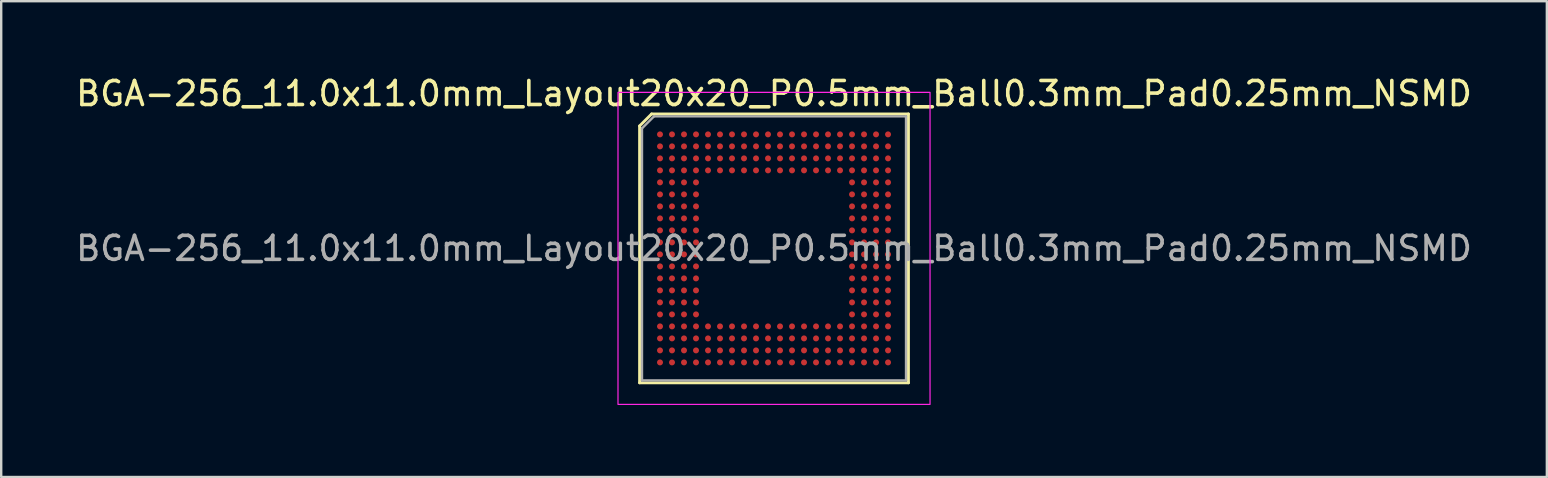
<source format=kicad_pcb>
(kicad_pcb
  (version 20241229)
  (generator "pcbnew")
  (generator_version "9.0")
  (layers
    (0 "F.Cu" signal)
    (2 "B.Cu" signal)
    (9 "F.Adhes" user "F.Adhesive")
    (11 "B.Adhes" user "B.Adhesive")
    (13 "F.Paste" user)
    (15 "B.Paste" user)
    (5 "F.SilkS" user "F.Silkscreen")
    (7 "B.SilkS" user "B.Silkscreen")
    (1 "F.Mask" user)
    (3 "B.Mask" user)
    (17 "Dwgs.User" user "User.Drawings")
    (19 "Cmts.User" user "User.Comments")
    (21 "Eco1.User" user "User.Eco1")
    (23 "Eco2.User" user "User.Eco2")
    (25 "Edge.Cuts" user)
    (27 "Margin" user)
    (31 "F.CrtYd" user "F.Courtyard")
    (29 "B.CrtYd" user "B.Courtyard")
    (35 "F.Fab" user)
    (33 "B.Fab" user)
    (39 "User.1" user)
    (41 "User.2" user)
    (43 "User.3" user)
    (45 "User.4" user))
  (footprint "BGA-256_11.0x11.0mm_Layout20x20_P0.5mm_Ball0.3mm_Pad0.25mm_NSMD"
    (layer "F.Cu")
    (at 29.196 7.298)
    (property "Reference" "BGA-256_11.0x11.0mm_Layout20x20_P0.5mm_Ball0.3mm_Pad0.25mm_NSMD" (at 0 -6.45 0) (layer "F.SilkS") (effects (font (size 1 1) (thickness 0.15))))
    (attr smd)
    (fp_line (start -5.6 -5.1) (end -5.6 5.6) (stroke (width 0.12) (type solid)) (layer "F.SilkS"))
    (fp_line (start -5.6 5.6) (end 5.6 5.6) (stroke (width 0.12) (type solid)) (layer "F.SilkS"))
    (fp_line (start -5.1 -5.6) (end -5.6 -5.1) (stroke (width 0.12) (type solid)) (layer "F.SilkS"))
    (fp_line (start 5.6 -5.6) (end -5.1 -5.6) (stroke (width 0.12) (type solid)) (layer "F.SilkS"))
    (fp_line (start 5.6 5.6) (end 5.6 -5.6) (stroke (width 0.12) (type solid)) (layer "F.SilkS"))
    (fp_rect (start 6.5 6.5) (end -6.5 -6.5) (stroke (width 0.05) (type solid)) (fill no) (layer "F.CrtYd"))
    (fp_line (start -5.5 -5) (end -5.5 5.5) (stroke (width 0.1) (type solid)) (layer "F.Fab"))
    (fp_line (start -5.5 5.5) (end 5.5 5.5) (stroke (width 0.1) (type solid)) (layer "F.Fab"))
    (fp_line (start -5 -5.5) (end -5.5 -5) (stroke (width 0.1) (type solid)) (layer "F.Fab"))
    (fp_line (start 5.5 -5.5) (end -5 -5.5) (stroke (width 0.1) (type solid)) (layer "F.Fab"))
    (fp_line (start 5.5 5.5) (end 5.5 -5.5) (stroke (width 0.1) (type solid)) (layer "F.Fab"))
    (fp_text user "${REFERENCE}" (at 0 0 0) (layer "F.Fab") (effects (font (size 1 1) (thickness 0.15))))
    (pad "A1" smd circle (at -4.75 -4.75) (size 0.25 0.25) (layers "F.Cu" "F.Mask" "F.Paste"))
    (pad "A2" smd circle (at -4.25 -4.75) (size 0.25 0.25) (layers "F.Cu" "F.Mask" "F.Paste"))
    (pad "A3" smd circle (at -3.75 -4.75) (size 0.25 0.25) (layers "F.Cu" "F.Mask" "F.Paste"))
    (pad "A4" smd circle (at -3.25 -4.75) (size 0.25 0.25) (layers "F.Cu" "F.Mask" "F.Paste"))
    (pad "A5" smd circle (at -2.75 -4.75) (size 0.25 0.25) (layers "F.Cu" "F.Mask" "F.Paste"))
    (pad "A6" smd circle (at -2.25 -4.75) (size 0.25 0.25) (layers "F.Cu" "F.Mask" "F.Paste"))
    (pad "A7" smd circle (at -1.75 -4.75) (size 0.25 0.25) (layers "F.Cu" "F.Mask" "F.Paste"))
    (pad "A8" smd circle (at -1.25 -4.75) (size 0.25 0.25) (layers "F.Cu" "F.Mask" "F.Paste"))
    (pad "A9" smd circle (at -0.75 -4.75) (size 0.25 0.25) (layers "F.Cu" "F.Mask" "F.Paste"))
    (pad "A10" smd circle (at -0.25 -4.75) (size 0.25 0.25) (layers "F.Cu" "F.Mask" "F.Paste"))
    (pad "A11" smd circle (at 0.25 -4.75) (size 0.25 0.25) (layers "F.Cu" "F.Mask" "F.Paste"))
    (pad "A12" smd circle (at 0.75 -4.75) (size 0.25 0.25) (layers "F.Cu" "F.Mask" "F.Paste"))
    (pad "A13" smd circle (at 1.25 -4.75) (size 0.25 0.25) (layers "F.Cu" "F.Mask" "F.Paste"))
    (pad "A14" smd circle (at 1.75 -4.75) (size 0.25 0.25) (layers "F.Cu" "F.Mask" "F.Paste"))
    (pad "A15" smd circle (at 2.25 -4.75) (size 0.25 0.25) (layers "F.Cu" "F.Mask" "F.Paste"))
    (pad "A16" smd circle (at 2.75 -4.75) (size 0.25 0.25) (layers "F.Cu" "F.Mask" "F.Paste"))
    (pad "A17" smd circle (at 3.25 -4.75) (size 0.25 0.25) (layers "F.Cu" "F.Mask" "F.Paste"))
    (pad "A18" smd circle (at 3.75 -4.75) (size 0.25 0.25) (layers "F.Cu" "F.Mask" "F.Paste"))
    (pad "A19" smd circle (at 4.25 -4.75) (size 0.25 0.25) (layers "F.Cu" "F.Mask" "F.Paste"))
    (pad "A20" smd circle (at 4.75 -4.75) (size 0.25 0.25) (layers "F.Cu" "F.Mask" "F.Paste"))
    (pad "B1" smd circle (at -4.75 -4.25) (size 0.25 0.25) (layers "F.Cu" "F.Mask" "F.Paste"))
    (pad "B2" smd circle (at -4.25 -4.25) (size 0.25 0.25) (layers "F.Cu" "F.Mask" "F.Paste"))
    (pad "B3" smd circle (at -3.75 -4.25) (size 0.25 0.25) (layers "F.Cu" "F.Mask" "F.Paste"))
    (pad "B4" smd circle (at -3.25 -4.25) (size 0.25 0.25) (layers "F.Cu" "F.Mask" "F.Paste"))
    (pad "B5" smd circle (at -2.75 -4.25) (size 0.25 0.25) (layers "F.Cu" "F.Mask" "F.Paste"))
    (pad "B6" smd circle (at -2.25 -4.25) (size 0.25 0.25) (layers "F.Cu" "F.Mask" "F.Paste"))
    (pad "B7" smd circle (at -1.75 -4.25) (size 0.25 0.25) (layers "F.Cu" "F.Mask" "F.Paste"))
    (pad "B8" smd circle (at -1.25 -4.25) (size 0.25 0.25) (layers "F.Cu" "F.Mask" "F.Paste"))
    (pad "B9" smd circle (at -0.75 -4.25) (size 0.25 0.25) (layers "F.Cu" "F.Mask" "F.Paste"))
    (pad "B10" smd circle (at -0.25 -4.25) (size 0.25 0.25) (layers "F.Cu" "F.Mask" "F.Paste"))
    (pad "B11" smd circle (at 0.25 -4.25) (size 0.25 0.25) (layers "F.Cu" "F.Mask" "F.Paste"))
    (pad "B12" smd circle (at 0.75 -4.25) (size 0.25 0.25) (layers "F.Cu" "F.Mask" "F.Paste"))
    (pad "B13" smd circle (at 1.25 -4.25) (size 0.25 0.25) (layers "F.Cu" "F.Mask" "F.Paste"))
    (pad "B14" smd circle (at 1.75 -4.25) (size 0.25 0.25) (layers "F.Cu" "F.Mask" "F.Paste"))
    (pad "B15" smd circle (at 2.25 -4.25) (size 0.25 0.25) (layers "F.Cu" "F.Mask" "F.Paste"))
    (pad "B16" smd circle (at 2.75 -4.25) (size 0.25 0.25) (layers "F.Cu" "F.Mask" "F.Paste"))
    (pad "B17" smd circle (at 3.25 -4.25) (size 0.25 0.25) (layers "F.Cu" "F.Mask" "F.Paste"))
    (pad "B18" smd circle (at 3.75 -4.25) (size 0.25 0.25) (layers "F.Cu" "F.Mask" "F.Paste"))
    (pad "B19" smd circle (at 4.25 -4.25) (size 0.25 0.25) (layers "F.Cu" "F.Mask" "F.Paste"))
    (pad "B20" smd circle (at 4.75 -4.25) (size 0.25 0.25) (layers "F.Cu" "F.Mask" "F.Paste"))
    (pad "C1" smd circle (at -4.75 -3.75) (size 0.25 0.25) (layers "F.Cu" "F.Mask" "F.Paste"))
    (pad "C2" smd circle (at -4.25 -3.75) (size 0.25 0.25) (layers "F.Cu" "F.Mask" "F.Paste"))
    (pad "C3" smd circle (at -3.75 -3.75) (size 0.25 0.25) (layers "F.Cu" "F.Mask" "F.Paste"))
    (pad "C4" smd circle (at -3.25 -3.75) (size 0.25 0.25) (layers "F.Cu" "F.Mask" "F.Paste"))
    (pad "C5" smd circle (at -2.75 -3.75) (size 0.25 0.25) (layers "F.Cu" "F.Mask" "F.Paste"))
    (pad "C6" smd circle (at -2.25 -3.75) (size 0.25 0.25) (layers "F.Cu" "F.Mask" "F.Paste"))
    (pad "C7" smd circle (at -1.75 -3.75) (size 0.25 0.25) (layers "F.Cu" "F.Mask" "F.Paste"))
    (pad "C8" smd circle (at -1.25 -3.75) (size 0.25 0.25) (layers "F.Cu" "F.Mask" "F.Paste"))
    (pad "C9" smd circle (at -0.75 -3.75) (size 0.25 0.25) (layers "F.Cu" "F.Mask" "F.Paste"))
    (pad "C10" smd circle (at -0.25 -3.75) (size 0.25 0.25) (layers "F.Cu" "F.Mask" "F.Paste"))
    (pad "C11" smd circle (at 0.25 -3.75) (size 0.25 0.25) (layers "F.Cu" "F.Mask" "F.Paste"))
    (pad "C12" smd circle (at 0.75 -3.75) (size 0.25 0.25) (layers "F.Cu" "F.Mask" "F.Paste"))
    (pad "C13" smd circle (at 1.25 -3.75) (size 0.25 0.25) (layers "F.Cu" "F.Mask" "F.Paste"))
    (pad "C14" smd circle (at 1.75 -3.75) (size 0.25 0.25) (layers "F.Cu" "F.Mask" "F.Paste"))
    (pad "C15" smd circle (at 2.25 -3.75) (size 0.25 0.25) (layers "F.Cu" "F.Mask" "F.Paste"))
    (pad "C16" smd circle (at 2.75 -3.75) (size 0.25 0.25) (layers "F.Cu" "F.Mask" "F.Paste"))
    (pad "C17" smd circle (at 3.25 -3.75) (size 0.25 0.25) (layers "F.Cu" "F.Mask" "F.Paste"))
    (pad "C18" smd circle (at 3.75 -3.75) (size 0.25 0.25) (layers "F.Cu" "F.Mask" "F.Paste"))
    (pad "C19" smd circle (at 4.25 -3.75) (size 0.25 0.25) (layers "F.Cu" "F.Mask" "F.Paste"))
    (pad "C20" smd circle (at 4.75 -3.75) (size 0.25 0.25) (layers "F.Cu" "F.Mask" "F.Paste"))
    (pad "D1" smd circle (at -4.75 -3.25) (size 0.25 0.25) (layers "F.Cu" "F.Mask" "F.Paste"))
    (pad "D2" smd circle (at -4.25 -3.25) (size 0.25 0.25) (layers "F.Cu" "F.Mask" "F.Paste"))
    (pad "D3" smd circle (at -3.75 -3.25) (size 0.25 0.25) (layers "F.Cu" "F.Mask" "F.Paste"))
    (pad "D4" smd circle (at -3.25 -3.25) (size 0.25 0.25) (layers "F.Cu" "F.Mask" "F.Paste"))
    (pad "D5" smd circle (at -2.75 -3.25) (size 0.25 0.25) (layers "F.Cu" "F.Mask" "F.Paste"))
    (pad "D6" smd circle (at -2.25 -3.25) (size 0.25 0.25) (layers "F.Cu" "F.Mask" "F.Paste"))
    (pad "D7" smd circle (at -1.75 -3.25) (size 0.25 0.25) (layers "F.Cu" "F.Mask" "F.Paste"))
    (pad "D8" smd circle (at -1.25 -3.25) (size 0.25 0.25) (layers "F.Cu" "F.Mask" "F.Paste"))
    (pad "D9" smd circle (at -0.75 -3.25) (size 0.25 0.25) (layers "F.Cu" "F.Mask" "F.Paste"))
    (pad "D10" smd circle (at -0.25 -3.25) (size 0.25 0.25) (layers "F.Cu" "F.Mask" "F.Paste"))
    (pad "D11" smd circle (at 0.25 -3.25) (size 0.25 0.25) (layers "F.Cu" "F.Mask" "F.Paste"))
    (pad "D12" smd circle (at 0.75 -3.25) (size 0.25 0.25) (layers "F.Cu" "F.Mask" "F.Paste"))
    (pad "D13" smd circle (at 1.25 -3.25) (size 0.25 0.25) (layers "F.Cu" "F.Mask" "F.Paste"))
    (pad "D14" smd circle (at 1.75 -3.25) (size 0.25 0.25) (layers "F.Cu" "F.Mask" "F.Paste"))
    (pad "D15" smd circle (at 2.25 -3.25) (size 0.25 0.25) (layers "F.Cu" "F.Mask" "F.Paste"))
    (pad "D16" smd circle (at 2.75 -3.25) (size 0.25 0.25) (layers "F.Cu" "F.Mask" "F.Paste"))
    (pad "D17" smd circle (at 3.25 -3.25) (size 0.25 0.25) (layers "F.Cu" "F.Mask" "F.Paste"))
    (pad "D18" smd circle (at 3.75 -3.25) (size 0.25 0.25) (layers "F.Cu" "F.Mask" "F.Paste"))
    (pad "D19" smd circle (at 4.25 -3.25) (size 0.25 0.25) (layers "F.Cu" "F.Mask" "F.Paste"))
    (pad "D20" smd circle (at 4.75 -3.25) (size 0.25 0.25) (layers "F.Cu" "F.Mask" "F.Paste"))
    (pad "E1" smd circle (at -4.75 -2.75) (size 0.25 0.25) (layers "F.Cu" "F.Mask" "F.Paste"))
    (pad "E2" smd circle (at -4.25 -2.75) (size 0.25 0.25) (layers "F.Cu" "F.Mask" "F.Paste"))
    (pad "E3" smd circle (at -3.75 -2.75) (size 0.25 0.25) (layers "F.Cu" "F.Mask" "F.Paste"))
    (pad "E4" smd circle (at -3.25 -2.75) (size 0.25 0.25) (layers "F.Cu" "F.Mask" "F.Paste"))
    (pad "E17" smd circle (at 3.25 -2.75) (size 0.25 0.25) (layers "F.Cu" "F.Mask" "F.Paste"))
    (pad "E18" smd circle (at 3.75 -2.75) (size 0.25 0.25) (layers "F.Cu" "F.Mask" "F.Paste"))
    (pad "E19" smd circle (at 4.25 -2.75) (size 0.25 0.25) (layers "F.Cu" "F.Mask" "F.Paste"))
    (pad "E20" smd circle (at 4.75 -2.75) (size 0.25 0.25) (layers "F.Cu" "F.Mask" "F.Paste"))
    (pad "F1" smd circle (at -4.75 -2.25) (size 0.25 0.25) (layers "F.Cu" "F.Mask" "F.Paste"))
    (pad "F2" smd circle (at -4.25 -2.25) (size 0.25 0.25) (layers "F.Cu" "F.Mask" "F.Paste"))
    (pad "F3" smd circle (at -3.75 -2.25) (size 0.25 0.25) (layers "F.Cu" "F.Mask" "F.Paste"))
    (pad "F4" smd circle (at -3.25 -2.25) (size 0.25 0.25) (layers "F.Cu" "F.Mask" "F.Paste"))
    (pad "F17" smd circle (at 3.25 -2.25) (size 0.25 0.25) (layers "F.Cu" "F.Mask" "F.Paste"))
    (pad "F18" smd circle (at 3.75 -2.25) (size 0.25 0.25) (layers "F.Cu" "F.Mask" "F.Paste"))
    (pad "F19" smd circle (at 4.25 -2.25) (size 0.25 0.25) (layers "F.Cu" "F.Mask" "F.Paste"))
    (pad "F20" smd circle (at 4.75 -2.25) (size 0.25 0.25) (layers "F.Cu" "F.Mask" "F.Paste"))
    (pad "G1" smd circle (at -4.75 -1.75) (size 0.25 0.25) (layers "F.Cu" "F.Mask" "F.Paste"))
    (pad "G2" smd circle (at -4.25 -1.75) (size 0.25 0.25) (layers "F.Cu" "F.Mask" "F.Paste"))
    (pad "G3" smd circle (at -3.75 -1.75) (size 0.25 0.25) (layers "F.Cu" "F.Mask" "F.Paste"))
    (pad "G4" smd circle (at -3.25 -1.75) (size 0.25 0.25) (layers "F.Cu" "F.Mask" "F.Paste"))
    (pad "G17" smd circle (at 3.25 -1.75) (size 0.25 0.25) (layers "F.Cu" "F.Mask" "F.Paste"))
    (pad "G18" smd circle (at 3.75 -1.75) (size 0.25 0.25) (layers "F.Cu" "F.Mask" "F.Paste"))
    (pad "G19" smd circle (at 4.25 -1.75) (size 0.25 0.25) (layers "F.Cu" "F.Mask" "F.Paste"))
    (pad "G20" smd circle (at 4.75 -1.75) (size 0.25 0.25) (layers "F.Cu" "F.Mask" "F.Paste"))
    (pad "H1" smd circle (at -4.75 -1.25) (size 0.25 0.25) (layers "F.Cu" "F.Mask" "F.Paste"))
    (pad "H2" smd circle (at -4.25 -1.25) (size 0.25 0.25) (layers "F.Cu" "F.Mask" "F.Paste"))
    (pad "H3" smd circle (at -3.75 -1.25) (size 0.25 0.25) (layers "F.Cu" "F.Mask" "F.Paste"))
    (pad "H4" smd circle (at -3.25 -1.25) (size 0.25 0.25) (layers "F.Cu" "F.Mask" "F.Paste"))
    (pad "H17" smd circle (at 3.25 -1.25) (size 0.25 0.25) (layers "F.Cu" "F.Mask" "F.Paste"))
    (pad "H18" smd circle (at 3.75 -1.25) (size 0.25 0.25) (layers "F.Cu" "F.Mask" "F.Paste"))
    (pad "H19" smd circle (at 4.25 -1.25) (size 0.25 0.25) (layers "F.Cu" "F.Mask" "F.Paste"))
    (pad "H20" smd circle (at 4.75 -1.25) (size 0.25 0.25) (layers "F.Cu" "F.Mask" "F.Paste"))
    (pad "J1" smd circle (at -4.75 -0.75) (size 0.25 0.25) (layers "F.Cu" "F.Mask" "F.Paste"))
    (pad "J2" smd circle (at -4.25 -0.75) (size 0.25 0.25) (layers "F.Cu" "F.Mask" "F.Paste"))
    (pad "J3" smd circle (at -3.75 -0.75) (size 0.25 0.25) (layers "F.Cu" "F.Mask" "F.Paste"))
    (pad "J4" smd circle (at -3.25 -0.75) (size 0.25 0.25) (layers "F.Cu" "F.Mask" "F.Paste"))
    (pad "J17" smd circle (at 3.25 -0.75) (size 0.25 0.25) (layers "F.Cu" "F.Mask" "F.Paste"))
    (pad "J18" smd circle (at 3.75 -0.75) (size 0.25 0.25) (layers "F.Cu" "F.Mask" "F.Paste"))
    (pad "J19" smd circle (at 4.25 -0.75) (size 0.25 0.25) (layers "F.Cu" "F.Mask" "F.Paste"))
    (pad "J20" smd circle (at 4.75 -0.75) (size 0.25 0.25) (layers "F.Cu" "F.Mask" "F.Paste"))
    (pad "K1" smd circle (at -4.75 -0.25) (size 0.25 0.25) (layers "F.Cu" "F.Mask" "F.Paste"))
    (pad "K2" smd circle (at -4.25 -0.25) (size 0.25 0.25) (layers "F.Cu" "F.Mask" "F.Paste"))
    (pad "K3" smd circle (at -3.75 -0.25) (size 0.25 0.25) (layers "F.Cu" "F.Mask" "F.Paste"))
    (pad "K4" smd circle (at -3.25 -0.25) (size 0.25 0.25) (layers "F.Cu" "F.Mask" "F.Paste"))
    (pad "K17" smd circle (at 3.25 -0.25) (size 0.25 0.25) (layers "F.Cu" "F.Mask" "F.Paste"))
    (pad "K18" smd circle (at 3.75 -0.25) (size 0.25 0.25) (layers "F.Cu" "F.Mask" "F.Paste"))
    (pad "K19" smd circle (at 4.25 -0.25) (size 0.25 0.25) (layers "F.Cu" "F.Mask" "F.Paste"))
    (pad "K20" smd circle (at 4.75 -0.25) (size 0.25 0.25) (layers "F.Cu" "F.Mask" "F.Paste"))
    (pad "L1" smd circle (at -4.75 0.25) (size 0.25 0.25) (layers "F.Cu" "F.Mask" "F.Paste"))
    (pad "L2" smd circle (at -4.25 0.25) (size 0.25 0.25) (layers "F.Cu" "F.Mask" "F.Paste"))
    (pad "L3" smd circle (at -3.75 0.25) (size 0.25 0.25) (layers "F.Cu" "F.Mask" "F.Paste"))
    (pad "L4" smd circle (at -3.25 0.25) (size 0.25 0.25) (layers "F.Cu" "F.Mask" "F.Paste"))
    (pad "L17" smd circle (at 3.25 0.25) (size 0.25 0.25) (layers "F.Cu" "F.Mask" "F.Paste"))
    (pad "L18" smd circle (at 3.75 0.25) (size 0.25 0.25) (layers "F.Cu" "F.Mask" "F.Paste"))
    (pad "L19" smd circle (at 4.25 0.25) (size 0.25 0.25) (layers "F.Cu" "F.Mask" "F.Paste"))
    (pad "L20" smd circle (at 4.75 0.25) (size 0.25 0.25) (layers "F.Cu" "F.Mask" "F.Paste"))
    (pad "M1" smd circle (at -4.75 0.75) (size 0.25 0.25) (layers "F.Cu" "F.Mask" "F.Paste"))
    (pad "M2" smd circle (at -4.25 0.75) (size 0.25 0.25) (layers "F.Cu" "F.Mask" "F.Paste"))
    (pad "M3" smd circle (at -3.75 0.75) (size 0.25 0.25) (layers "F.Cu" "F.Mask" "F.Paste"))
    (pad "M4" smd circle (at -3.25 0.75) (size 0.25 0.25) (layers "F.Cu" "F.Mask" "F.Paste"))
    (pad "M17" smd circle (at 3.25 0.75) (size 0.25 0.25) (layers "F.Cu" "F.Mask" "F.Paste"))
    (pad "M18" smd circle (at 3.75 0.75) (size 0.25 0.25) (layers "F.Cu" "F.Mask" "F.Paste"))
    (pad "M19" smd circle (at 4.25 0.75) (size 0.25 0.25) (layers "F.Cu" "F.Mask" "F.Paste"))
    (pad "M20" smd circle (at 4.75 0.75) (size 0.25 0.25) (layers "F.Cu" "F.Mask" "F.Paste"))
    (pad "N1" smd circle (at -4.75 1.25) (size 0.25 0.25) (layers "F.Cu" "F.Mask" "F.Paste"))
    (pad "N2" smd circle (at -4.25 1.25) (size 0.25 0.25) (layers "F.Cu" "F.Mask" "F.Paste"))
    (pad "N3" smd circle (at -3.75 1.25) (size 0.25 0.25) (layers "F.Cu" "F.Mask" "F.Paste"))
    (pad "N4" smd circle (at -3.25 1.25) (size 0.25 0.25) (layers "F.Cu" "F.Mask" "F.Paste"))
    (pad "N17" smd circle (at 3.25 1.25) (size 0.25 0.25) (layers "F.Cu" "F.Mask" "F.Paste"))
    (pad "N18" smd circle (at 3.75 1.25) (size 0.25 0.25) (layers "F.Cu" "F.Mask" "F.Paste"))
    (pad "N19" smd circle (at 4.25 1.25) (size 0.25 0.25) (layers "F.Cu" "F.Mask" "F.Paste"))
    (pad "N20" smd circle (at 4.75 1.25) (size 0.25 0.25) (layers "F.Cu" "F.Mask" "F.Paste"))
    (pad "P1" smd circle (at -4.75 1.75) (size 0.25 0.25) (layers "F.Cu" "F.Mask" "F.Paste"))
    (pad "P2" smd circle (at -4.25 1.75) (size 0.25 0.25) (layers "F.Cu" "F.Mask" "F.Paste"))
    (pad "P3" smd circle (at -3.75 1.75) (size 0.25 0.25) (layers "F.Cu" "F.Mask" "F.Paste"))
    (pad "P4" smd circle (at -3.25 1.75) (size 0.25 0.25) (layers "F.Cu" "F.Mask" "F.Paste"))
    (pad "P17" smd circle (at 3.25 1.75) (size 0.25 0.25) (layers "F.Cu" "F.Mask" "F.Paste"))
    (pad "P18" smd circle (at 3.75 1.75) (size 0.25 0.25) (layers "F.Cu" "F.Mask" "F.Paste"))
    (pad "P19" smd circle (at 4.25 1.75) (size 0.25 0.25) (layers "F.Cu" "F.Mask" "F.Paste"))
    (pad "P20" smd circle (at 4.75 1.75) (size 0.25 0.25) (layers "F.Cu" "F.Mask" "F.Paste"))
    (pad "R1" smd circle (at -4.75 2.25) (size 0.25 0.25) (layers "F.Cu" "F.Mask" "F.Paste"))
    (pad "R2" smd circle (at -4.25 2.25) (size 0.25 0.25) (layers "F.Cu" "F.Mask" "F.Paste"))
    (pad "R3" smd circle (at -3.75 2.25) (size 0.25 0.25) (layers "F.Cu" "F.Mask" "F.Paste"))
    (pad "R4" smd circle (at -3.25 2.25) (size 0.25 0.25) (layers "F.Cu" "F.Mask" "F.Paste"))
    (pad "R17" smd circle (at 3.25 2.25) (size 0.25 0.25) (layers "F.Cu" "F.Mask" "F.Paste"))
    (pad "R18" smd circle (at 3.75 2.25) (size 0.25 0.25) (layers "F.Cu" "F.Mask" "F.Paste"))
    (pad "R19" smd circle (at 4.25 2.25) (size 0.25 0.25) (layers "F.Cu" "F.Mask" "F.Paste"))
    (pad "R20" smd circle (at 4.75 2.25) (size 0.25 0.25) (layers "F.Cu" "F.Mask" "F.Paste"))
    (pad "T1" smd circle (at -4.75 2.75) (size 0.25 0.25) (layers "F.Cu" "F.Mask" "F.Paste"))
    (pad "T2" smd circle (at -4.25 2.75) (size 0.25 0.25) (layers "F.Cu" "F.Mask" "F.Paste"))
    (pad "T3" smd circle (at -3.75 2.75) (size 0.25 0.25) (layers "F.Cu" "F.Mask" "F.Paste"))
    (pad "T4" smd circle (at -3.25 2.75) (size 0.25 0.25) (layers "F.Cu" "F.Mask" "F.Paste"))
    (pad "T17" smd circle (at 3.25 2.75) (size 0.25 0.25) (layers "F.Cu" "F.Mask" "F.Paste"))
    (pad "T18" smd circle (at 3.75 2.75) (size 0.25 0.25) (layers "F.Cu" "F.Mask" "F.Paste"))
    (pad "T19" smd circle (at 4.25 2.75) (size 0.25 0.25) (layers "F.Cu" "F.Mask" "F.Paste"))
    (pad "T20" smd circle (at 4.75 2.75) (size 0.25 0.25) (layers "F.Cu" "F.Mask" "F.Paste"))
    (pad "U1" smd circle (at -4.75 3.25) (size 0.25 0.25) (layers "F.Cu" "F.Mask" "F.Paste"))
    (pad "U2" smd circle (at -4.25 3.25) (size 0.25 0.25) (layers "F.Cu" "F.Mask" "F.Paste"))
    (pad "U3" smd circle (at -3.75 3.25) (size 0.25 0.25) (layers "F.Cu" "F.Mask" "F.Paste"))
    (pad "U4" smd circle (at -3.25 3.25) (size 0.25 0.25) (layers "F.Cu" "F.Mask" "F.Paste"))
    (pad "U5" smd circle (at -2.75 3.25) (size 0.25 0.25) (layers "F.Cu" "F.Mask" "F.Paste"))
    (pad "U6" smd circle (at -2.25 3.25) (size 0.25 0.25) (layers "F.Cu" "F.Mask" "F.Paste"))
    (pad "U7" smd circle (at -1.75 3.25) (size 0.25 0.25) (layers "F.Cu" "F.Mask" "F.Paste"))
    (pad "U8" smd circle (at -1.25 3.25) (size 0.25 0.25) (layers "F.Cu" "F.Mask" "F.Paste"))
    (pad "U9" smd circle (at -0.75 3.25) (size 0.25 0.25) (layers "F.Cu" "F.Mask" "F.Paste"))
    (pad "U10" smd circle (at -0.25 3.25) (size 0.25 0.25) (layers "F.Cu" "F.Mask" "F.Paste"))
    (pad "U11" smd circle (at 0.25 3.25) (size 0.25 0.25) (layers "F.Cu" "F.Mask" "F.Paste"))
    (pad "U12" smd circle (at 0.75 3.25) (size 0.25 0.25) (layers "F.Cu" "F.Mask" "F.Paste"))
    (pad "U13" smd circle (at 1.25 3.25) (size 0.25 0.25) (layers "F.Cu" "F.Mask" "F.Paste"))
    (pad "U14" smd circle (at 1.75 3.25) (size 0.25 0.25) (layers "F.Cu" "F.Mask" "F.Paste"))
    (pad "U15" smd circle (at 2.25 3.25) (size 0.25 0.25) (layers "F.Cu" "F.Mask" "F.Paste"))
    (pad "U16" smd circle (at 2.75 3.25) (size 0.25 0.25) (layers "F.Cu" "F.Mask" "F.Paste"))
    (pad "U17" smd circle (at 3.25 3.25) (size 0.25 0.25) (layers "F.Cu" "F.Mask" "F.Paste"))
    (pad "U18" smd circle (at 3.75 3.25) (size 0.25 0.25) (layers "F.Cu" "F.Mask" "F.Paste"))
    (pad "U19" smd circle (at 4.25 3.25) (size 0.25 0.25) (layers "F.Cu" "F.Mask" "F.Paste"))
    (pad "U20" smd circle (at 4.75 3.25) (size 0.25 0.25) (layers "F.Cu" "F.Mask" "F.Paste"))
    (pad "V1" smd circle (at -4.75 3.75) (size 0.25 0.25) (layers "F.Cu" "F.Mask" "F.Paste"))
    (pad "V2" smd circle (at -4.25 3.75) (size 0.25 0.25) (layers "F.Cu" "F.Mask" "F.Paste"))
    (pad "V3" smd circle (at -3.75 3.75) (size 0.25 0.25) (layers "F.Cu" "F.Mask" "F.Paste"))
    (pad "V4" smd circle (at -3.25 3.75) (size 0.25 0.25) (layers "F.Cu" "F.Mask" "F.Paste"))
    (pad "V5" smd circle (at -2.75 3.75) (size 0.25 0.25) (layers "F.Cu" "F.Mask" "F.Paste"))
    (pad "V6" smd circle (at -2.25 3.75) (size 0.25 0.25) (layers "F.Cu" "F.Mask" "F.Paste"))
    (pad "V7" smd circle (at -1.75 3.75) (size 0.25 0.25) (layers "F.Cu" "F.Mask" "F.Paste"))
    (pad "V8" smd circle (at -1.25 3.75) (size 0.25 0.25) (layers "F.Cu" "F.Mask" "F.Paste"))
    (pad "V9" smd circle (at -0.75 3.75) (size 0.25 0.25) (layers "F.Cu" "F.Mask" "F.Paste"))
    (pad "V10" smd circle (at -0.25 3.75) (size 0.25 0.25) (layers "F.Cu" "F.Mask" "F.Paste"))
    (pad "V11" smd circle (at 0.25 3.75) (size 0.25 0.25) (layers "F.Cu" "F.Mask" "F.Paste"))
    (pad "V12" smd circle (at 0.75 3.75) (size 0.25 0.25) (layers "F.Cu" "F.Mask" "F.Paste"))
    (pad "V13" smd circle (at 1.25 3.75) (size 0.25 0.25) (layers "F.Cu" "F.Mask" "F.Paste"))
    (pad "V14" smd circle (at 1.75 3.75) (size 0.25 0.25) (layers "F.Cu" "F.Mask" "F.Paste"))
    (pad "V15" smd circle (at 2.25 3.75) (size 0.25 0.25) (layers "F.Cu" "F.Mask" "F.Paste"))
    (pad "V16" smd circle (at 2.75 3.75) (size 0.25 0.25) (layers "F.Cu" "F.Mask" "F.Paste"))
    (pad "V17" smd circle (at 3.25 3.75) (size 0.25 0.25) (layers "F.Cu" "F.Mask" "F.Paste"))
    (pad "V18" smd circle (at 3.75 3.75) (size 0.25 0.25) (layers "F.Cu" "F.Mask" "F.Paste"))
    (pad "V19" smd circle (at 4.25 3.75) (size 0.25 0.25) (layers "F.Cu" "F.Mask" "F.Paste"))
    (pad "V20" smd circle (at 4.75 3.75) (size 0.25 0.25) (layers "F.Cu" "F.Mask" "F.Paste"))
    (pad "W1" smd circle (at -4.75 4.25) (size 0.25 0.25) (layers "F.Cu" "F.Mask" "F.Paste"))
    (pad "W2" smd circle (at -4.25 4.25) (size 0.25 0.25) (layers "F.Cu" "F.Mask" "F.Paste"))
    (pad "W3" smd circle (at -3.75 4.25) (size 0.25 0.25) (layers "F.Cu" "F.Mask" "F.Paste"))
    (pad "W4" smd circle (at -3.25 4.25) (size 0.25 0.25) (layers "F.Cu" "F.Mask" "F.Paste"))
    (pad "W5" smd circle (at -2.75 4.25) (size 0.25 0.25) (layers "F.Cu" "F.Mask" "F.Paste"))
    (pad "W6" smd circle (at -2.25 4.25) (size 0.25 0.25) (layers "F.Cu" "F.Mask" "F.Paste"))
    (pad "W7" smd circle (at -1.75 4.25) (size 0.25 0.25) (layers "F.Cu" "F.Mask" "F.Paste"))
    (pad "W8" smd circle (at -1.25 4.25) (size 0.25 0.25) (layers "F.Cu" "F.Mask" "F.Paste"))
    (pad "W9" smd circle (at -0.75 4.25) (size 0.25 0.25) (layers "F.Cu" "F.Mask" "F.Paste"))
    (pad "W10" smd circle (at -0.25 4.25) (size 0.25 0.25) (layers "F.Cu" "F.Mask" "F.Paste"))
    (pad "W11" smd circle (at 0.25 4.25) (size 0.25 0.25) (layers "F.Cu" "F.Mask" "F.Paste"))
    (pad "W12" smd circle (at 0.75 4.25) (size 0.25 0.25) (layers "F.Cu" "F.Mask" "F.Paste"))
    (pad "W13" smd circle (at 1.25 4.25) (size 0.25 0.25) (layers "F.Cu" "F.Mask" "F.Paste"))
    (pad "W14" smd circle (at 1.75 4.25) (size 0.25 0.25) (layers "F.Cu" "F.Mask" "F.Paste"))
    (pad "W15" smd circle (at 2.25 4.25) (size 0.25 0.25) (layers "F.Cu" "F.Mask" "F.Paste"))
    (pad "W16" smd circle (at 2.75 4.25) (size 0.25 0.25) (layers "F.Cu" "F.Mask" "F.Paste"))
    (pad "W17" smd circle (at 3.25 4.25) (size 0.25 0.25) (layers "F.Cu" "F.Mask" "F.Paste"))
    (pad "W18" smd circle (at 3.75 4.25) (size 0.25 0.25) (layers "F.Cu" "F.Mask" "F.Paste"))
    (pad "W19" smd circle (at 4.25 4.25) (size 0.25 0.25) (layers "F.Cu" "F.Mask" "F.Paste"))
    (pad "W20" smd circle (at 4.75 4.25) (size 0.25 0.25) (layers "F.Cu" "F.Mask" "F.Paste"))
    (pad "Y1" smd circle (at -4.75 4.75) (size 0.25 0.25) (layers "F.Cu" "F.Mask" "F.Paste"))
    (pad "Y2" smd circle (at -4.25 4.75) (size 0.25 0.25) (layers "F.Cu" "F.Mask" "F.Paste"))
    (pad "Y3" smd circle (at -3.75 4.75) (size 0.25 0.25) (layers "F.Cu" "F.Mask" "F.Paste"))
    (pad "Y4" smd circle (at -3.25 4.75) (size 0.25 0.25) (layers "F.Cu" "F.Mask" "F.Paste"))
    (pad "Y5" smd circle (at -2.75 4.75) (size 0.25 0.25) (layers "F.Cu" "F.Mask" "F.Paste"))
    (pad "Y6" smd circle (at -2.25 4.75) (size 0.25 0.25) (layers "F.Cu" "F.Mask" "F.Paste"))
    (pad "Y7" smd circle (at -1.75 4.75) (size 0.25 0.25) (layers "F.Cu" "F.Mask" "F.Paste"))
    (pad "Y8" smd circle (at -1.25 4.75) (size 0.25 0.25) (layers "F.Cu" "F.Mask" "F.Paste"))
    (pad "Y9" smd circle (at -0.75 4.75) (size 0.25 0.25) (layers "F.Cu" "F.Mask" "F.Paste"))
    (pad "Y10" smd circle (at -0.25 4.75) (size 0.25 0.25) (layers "F.Cu" "F.Mask" "F.Paste"))
    (pad "Y11" smd circle (at 0.25 4.75) (size 0.25 0.25) (layers "F.Cu" "F.Mask" "F.Paste"))
    (pad "Y12" smd circle (at 0.75 4.75) (size 0.25 0.25) (layers "F.Cu" "F.Mask" "F.Paste"))
    (pad "Y13" smd circle (at 1.25 4.75) (size 0.25 0.25) (layers "F.Cu" "F.Mask" "F.Paste"))
    (pad "Y14" smd circle (at 1.75 4.75) (size 0.25 0.25) (layers "F.Cu" "F.Mask" "F.Paste"))
    (pad "Y15" smd circle (at 2.25 4.75) (size 0.25 0.25) (layers "F.Cu" "F.Mask" "F.Paste"))
    (pad "Y16" smd circle (at 2.75 4.75) (size 0.25 0.25) (layers "F.Cu" "F.Mask" "F.Paste"))
    (pad "Y17" smd circle (at 3.25 4.75) (size 0.25 0.25) (layers "F.Cu" "F.Mask" "F.Paste"))
    (pad "Y18" smd circle (at 3.75 4.75) (size 0.25 0.25) (layers "F.Cu" "F.Mask" "F.Paste"))
    (pad "Y19" smd circle (at 4.25 4.75) (size 0.25 0.25) (layers "F.Cu" "F.Mask" "F.Paste"))
    (pad "Y20" smd circle (at 4.75 4.75) (size 0.25 0.25) (layers "F.Cu" "F.Mask" "F.Paste")))
  (gr_rect
    (start -3 -3)
    (end 61.393 16.823)
    (stroke (width 0.1) (type default))
    (fill no)
    (layer "Edge.Cuts")))
</source>
